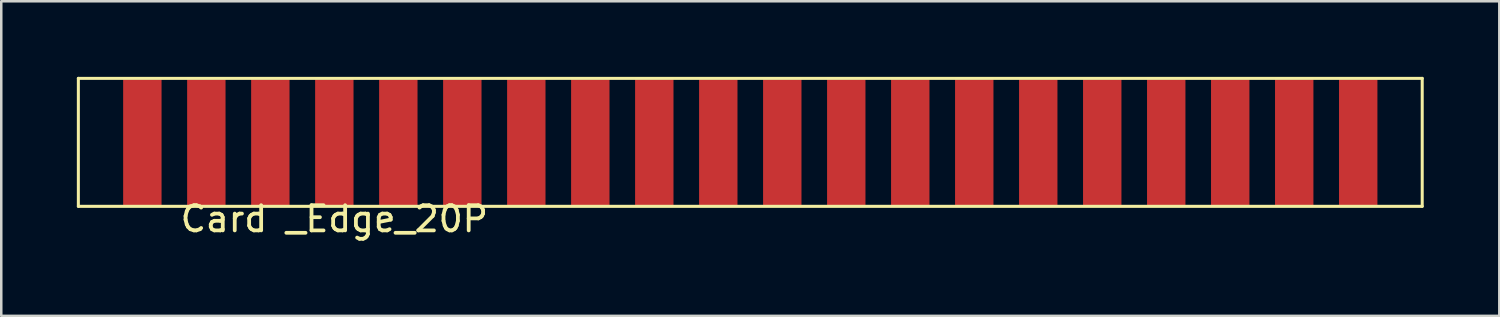
<source format=kicad_pcb>
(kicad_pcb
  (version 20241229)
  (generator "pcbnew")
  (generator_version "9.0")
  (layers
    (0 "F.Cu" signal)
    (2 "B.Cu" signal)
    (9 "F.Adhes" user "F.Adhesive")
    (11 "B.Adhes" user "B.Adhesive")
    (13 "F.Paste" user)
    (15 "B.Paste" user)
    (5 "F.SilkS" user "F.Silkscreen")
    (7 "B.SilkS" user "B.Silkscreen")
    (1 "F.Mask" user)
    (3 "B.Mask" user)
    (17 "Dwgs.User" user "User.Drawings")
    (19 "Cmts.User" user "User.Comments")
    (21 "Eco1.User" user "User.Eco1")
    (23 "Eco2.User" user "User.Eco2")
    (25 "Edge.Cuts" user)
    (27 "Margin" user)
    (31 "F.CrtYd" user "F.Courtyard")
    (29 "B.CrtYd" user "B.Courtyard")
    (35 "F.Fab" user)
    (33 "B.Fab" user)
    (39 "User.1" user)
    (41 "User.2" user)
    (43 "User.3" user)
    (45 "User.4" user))
  (footprint "Card _Edge_20P"
    (layer "F.Cu")
    (at 10.22 5.14)
    (property "Reference" "Card _Edge_20P" (at 0 0.5 0) (layer "F.SilkS") (effects (font (size 1 1) (thickness 0.15))))
    (attr through_hole)
    (fp_line (start -10.16 -5.08) (end -10.16 0) (stroke (width 0.12) (type solid)) (layer "F.SilkS"))
    (fp_line (start -10.16 0) (end 43.18 0) (stroke (width 0.12) (type solid)) (layer "F.SilkS"))
    (fp_line (start 43.18 -5.08) (end -10.16 -5.08) (stroke (width 0.12) (type solid)) (layer "F.SilkS"))
    (fp_line (start 43.18 0) (end 43.18 -5.08) (stroke (width 0.12) (type solid)) (layer "F.SilkS"))
    (pad "1" smd rect (at -7.62 -2.54) (size 1.524 5) (layers "F.Cu" "F.Mask" "F.Paste"))
    (pad "2" smd rect (at -5.08 -2.54) (size 1.524 5) (layers "F.Cu" "F.Mask" "F.Paste"))
    (pad "3" smd rect (at -2.54 -2.54) (size 1.524 5) (layers "F.Cu" "F.Mask" "F.Paste"))
    (pad "4" smd rect (at 0 -2.54) (size 1.524 5) (layers "F.Cu" "F.Mask" "F.Paste"))
    (pad "5" smd rect (at 2.54 -2.54) (size 1.524 5) (layers "F.Cu" "F.Mask" "F.Paste"))
    (pad "6" smd rect (at 5.08 -2.54) (size 1.524 5) (layers "F.Cu" "F.Mask" "F.Paste"))
    (pad "7" smd rect (at 7.62 -2.54) (size 1.524 5) (layers "F.Cu" "F.Mask" "F.Paste"))
    (pad "8" smd rect (at 10.16 -2.54) (size 1.524 5) (layers "F.Cu" "F.Mask" "F.Paste"))
    (pad "9" smd rect (at 12.7 -2.54) (size 1.524 5) (layers "F.Cu" "F.Mask" "F.Paste"))
    (pad "10" smd rect (at 15.24 -2.54) (size 1.524 5) (layers "F.Cu" "F.Mask" "F.Paste"))
    (pad "11" smd rect (at 17.78 -2.54) (size 1.524 5) (layers "F.Cu" "F.Mask" "F.Paste"))
    (pad "12" smd rect (at 20.32 -2.54) (size 1.524 5) (layers "F.Cu" "F.Mask" "F.Paste"))
    (pad "13" smd rect (at 22.86 -2.54) (size 1.524 5) (layers "F.Cu" "F.Mask" "F.Paste"))
    (pad "14" smd rect (at 25.4 -2.54) (size 1.524 5) (layers "F.Cu" "F.Mask" "F.Paste"))
    (pad "15" smd rect (at 27.94 -2.54) (size 1.524 5) (layers "F.Cu" "F.Mask" "F.Paste"))
    (pad "16" smd rect (at 30.48 -2.54) (size 1.524 5) (layers "F.Cu" "F.Mask" "F.Paste"))
    (pad "17" smd rect (at 33.02 -2.54) (size 1.524 5) (layers "F.Cu" "F.Mask" "F.Paste"))
    (pad "18" smd rect (at 35.56 -2.54) (size 1.524 5) (layers "F.Cu" "F.Mask" "F.Paste"))
    (pad "19" smd rect (at 38.1 -2.54) (size 1.524 5) (layers "F.Cu" "F.Mask" "F.Paste"))
    (pad "20" smd rect (at 40.64 -2.54) (size 1.524 5) (layers "F.Cu" "F.Mask" "F.Paste")))
  (gr_rect
    (start -3 -3)
    (end 56.46 9.488)
    (stroke (width 0.1) (type default))
    (fill no)
    (layer "Edge.Cuts")))
</source>
